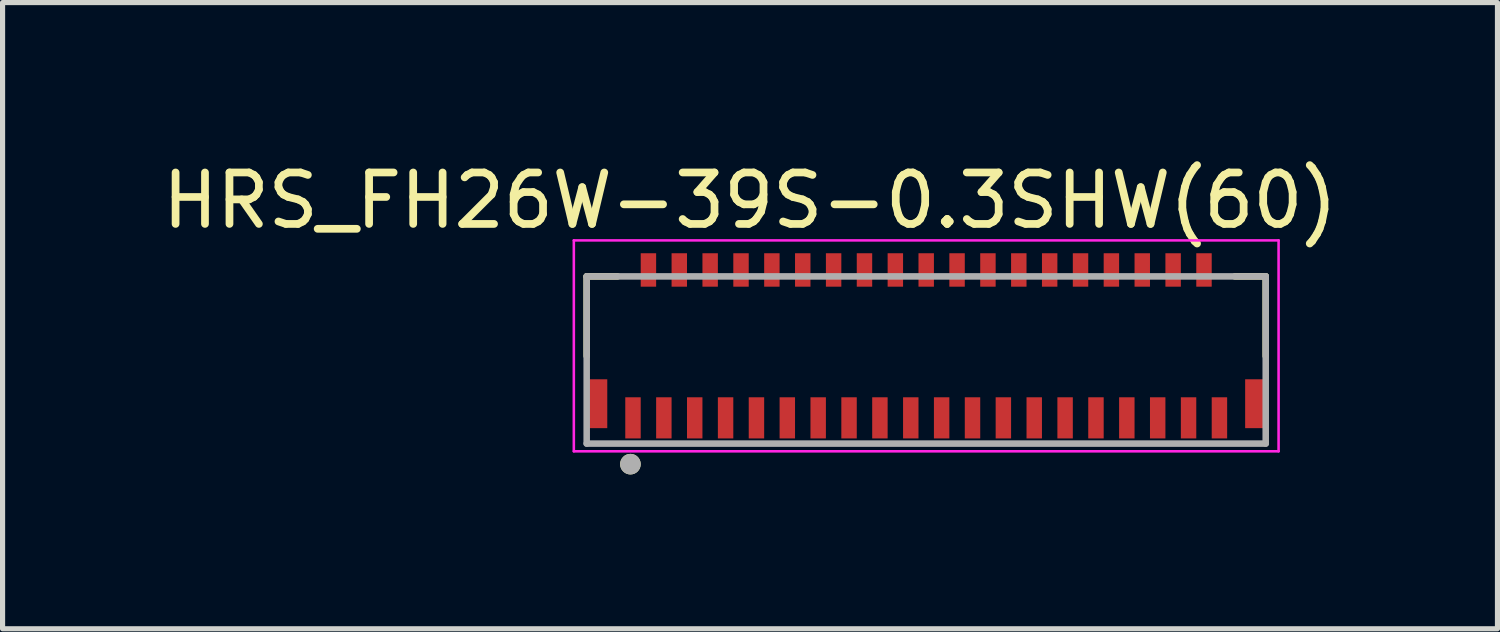
<source format=kicad_pcb>
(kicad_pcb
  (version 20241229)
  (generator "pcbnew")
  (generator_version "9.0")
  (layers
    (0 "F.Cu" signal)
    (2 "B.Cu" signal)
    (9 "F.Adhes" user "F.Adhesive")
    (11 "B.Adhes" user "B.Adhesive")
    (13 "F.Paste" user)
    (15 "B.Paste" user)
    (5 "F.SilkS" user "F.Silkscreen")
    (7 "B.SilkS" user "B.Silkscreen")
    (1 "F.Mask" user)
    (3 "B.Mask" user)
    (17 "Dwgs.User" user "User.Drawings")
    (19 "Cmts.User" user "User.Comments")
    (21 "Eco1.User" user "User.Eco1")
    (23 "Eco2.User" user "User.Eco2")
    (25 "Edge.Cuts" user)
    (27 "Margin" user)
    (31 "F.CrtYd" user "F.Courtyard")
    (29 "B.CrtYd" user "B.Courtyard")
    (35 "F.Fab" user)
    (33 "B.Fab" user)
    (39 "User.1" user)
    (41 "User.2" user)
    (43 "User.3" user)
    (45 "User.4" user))
  (footprint "HRS_FH26W-39S-0.3SHW(60)"
    (layer "F.Cu")
    (at 14.955 3.673)
    (property "Reference" "HRS_FH26W-39S-0.3SHW(60)" (at -3.425 -2.825 0) (layer "F.SilkS") (effects (font (size 1 1) (thickness 0.15))))
    (attr smd)
    (fp_line (start -6.6 -1.35) (end -6 -1.35) (stroke (width 0.127) (type solid)) (layer "F.SilkS"))
    (fp_line (start -6.6 0.2) (end -6.6 -1.35) (stroke (width 0.127) (type solid)) (layer "F.SilkS"))
    (fp_line (start 6.6 -1.35) (end 6 -1.35) (stroke (width 0.127) (type solid)) (layer "F.SilkS"))
    (fp_line (start 6.6 0.2) (end 6.6 -1.35) (stroke (width 0.127) (type solid)) (layer "F.SilkS"))
    (fp_circle (center -5.75 2.3) (end -5.65 2.3) (stroke (width 0.2) (type solid)) (fill no) (layer "F.SilkS"))
    (fp_poly (pts (xy -6.6 0.9) (xy -6.3 0.9) (xy -6.3 1.6) (xy -6.6 1.6)) (stroke (width 0.01) (type solid)) (fill yes) (layer "F.Paste"))
    (fp_poly (pts (xy -5.815 1.15) (xy -5.585 1.15) (xy -5.585 1.8) (xy -5.815 1.8)) (stroke (width 0.01) (type solid)) (fill yes) (layer "F.Paste"))
    (fp_poly (pts (xy -5.515 -1.8) (xy -5.285 -1.8) (xy -5.285 -1.25) (xy -5.515 -1.25)) (stroke (width 0.01) (type solid)) (fill yes) (layer "F.Paste"))
    (fp_poly (pts (xy -5.215 1.15) (xy -4.985 1.15) (xy -4.985 1.8) (xy -5.215 1.8)) (stroke (width 0.01) (type solid)) (fill yes) (layer "F.Paste"))
    (fp_poly (pts (xy -4.915 -1.8) (xy -4.685 -1.8) (xy -4.685 -1.25) (xy -4.915 -1.25)) (stroke (width 0.01) (type solid)) (fill yes) (layer "F.Paste"))
    (fp_poly (pts (xy -4.615 1.15) (xy -4.385 1.15) (xy -4.385 1.8) (xy -4.615 1.8)) (stroke (width 0.01) (type solid)) (fill yes) (layer "F.Paste"))
    (fp_poly (pts (xy -4.315 -1.8) (xy -4.085 -1.8) (xy -4.085 -1.25) (xy -4.315 -1.25)) (stroke (width 0.01) (type solid)) (fill yes) (layer "F.Paste"))
    (fp_poly (pts (xy -4.015 1.15) (xy -3.785 1.15) (xy -3.785 1.8) (xy -4.015 1.8)) (stroke (width 0.01) (type solid)) (fill yes) (layer "F.Paste"))
    (fp_poly (pts (xy -3.715 -1.8) (xy -3.485 -1.8) (xy -3.485 -1.25) (xy -3.715 -1.25)) (stroke (width 0.01) (type solid)) (fill yes) (layer "F.Paste"))
    (fp_poly (pts (xy -3.415 1.15) (xy -3.185 1.15) (xy -3.185 1.8) (xy -3.415 1.8)) (stroke (width 0.01) (type solid)) (fill yes) (layer "F.Paste"))
    (fp_poly (pts (xy -3.115 -1.8) (xy -2.885 -1.8) (xy -2.885 -1.25) (xy -3.115 -1.25)) (stroke (width 0.01) (type solid)) (fill yes) (layer "F.Paste"))
    (fp_poly (pts (xy -2.815 1.15) (xy -2.585 1.15) (xy -2.585 1.8) (xy -2.815 1.8)) (stroke (width 0.01) (type solid)) (fill yes) (layer "F.Paste"))
    (fp_poly (pts (xy -2.515 -1.8) (xy -2.285 -1.8) (xy -2.285 -1.25) (xy -2.515 -1.25)) (stroke (width 0.01) (type solid)) (fill yes) (layer "F.Paste"))
    (fp_poly (pts (xy -2.215 1.15) (xy -1.985 1.15) (xy -1.985 1.8) (xy -2.215 1.8)) (stroke (width 0.01) (type solid)) (fill yes) (layer "F.Paste"))
    (fp_poly (pts (xy -1.915 -1.8) (xy -1.685 -1.8) (xy -1.685 -1.25) (xy -1.915 -1.25)) (stroke (width 0.01) (type solid)) (fill yes) (layer "F.Paste"))
    (fp_poly (pts (xy -1.615 1.15) (xy -1.385 1.15) (xy -1.385 1.8) (xy -1.615 1.8)) (stroke (width 0.01) (type solid)) (fill yes) (layer "F.Paste"))
    (fp_poly (pts (xy -1.315 -1.8) (xy -1.085 -1.8) (xy -1.085 -1.25) (xy -1.315 -1.25)) (stroke (width 0.01) (type solid)) (fill yes) (layer "F.Paste"))
    (fp_poly (pts (xy -1.015 1.15) (xy -0.785 1.15) (xy -0.785 1.8) (xy -1.015 1.8)) (stroke (width 0.01) (type solid)) (fill yes) (layer "F.Paste"))
    (fp_poly (pts (xy -0.715 -1.8) (xy -0.485 -1.8) (xy -0.485 -1.25) (xy -0.715 -1.25)) (stroke (width 0.01) (type solid)) (fill yes) (layer "F.Paste"))
    (fp_poly (pts (xy -0.415 1.15) (xy -0.185 1.15) (xy -0.185 1.8) (xy -0.415 1.8)) (stroke (width 0.01) (type solid)) (fill yes) (layer "F.Paste"))
    (fp_poly (pts (xy -0.115 -1.8) (xy 0.115 -1.8) (xy 0.115 -1.25) (xy -0.115 -1.25)) (stroke (width 0.01) (type solid)) (fill yes) (layer "F.Paste"))
    (fp_poly (pts (xy 0.185 1.15) (xy 0.415 1.15) (xy 0.415 1.8) (xy 0.185 1.8)) (stroke (width 0.01) (type solid)) (fill yes) (layer "F.Paste"))
    (fp_poly (pts (xy 0.485 -1.8) (xy 0.715 -1.8) (xy 0.715 -1.25) (xy 0.485 -1.25)) (stroke (width 0.01) (type solid)) (fill yes) (layer "F.Paste"))
    (fp_poly (pts (xy 0.785 1.15) (xy 1.015 1.15) (xy 1.015 1.8) (xy 0.785 1.8)) (stroke (width 0.01) (type solid)) (fill yes) (layer "F.Paste"))
    (fp_poly (pts (xy 1.085 -1.8) (xy 1.315 -1.8) (xy 1.315 -1.25) (xy 1.085 -1.25)) (stroke (width 0.01) (type solid)) (fill yes) (layer "F.Paste"))
    (fp_poly (pts (xy 1.385 1.15) (xy 1.615 1.15) (xy 1.615 1.8) (xy 1.385 1.8)) (stroke (width 0.01) (type solid)) (fill yes) (layer "F.Paste"))
    (fp_poly (pts (xy 1.685 -1.8) (xy 1.915 -1.8) (xy 1.915 -1.25) (xy 1.685 -1.25)) (stroke (width 0.01) (type solid)) (fill yes) (layer "F.Paste"))
    (fp_poly (pts (xy 1.985 1.15) (xy 2.215 1.15) (xy 2.215 1.8) (xy 1.985 1.8)) (stroke (width 0.01) (type solid)) (fill yes) (layer "F.Paste"))
    (fp_poly (pts (xy 2.285 -1.8) (xy 2.515 -1.8) (xy 2.515 -1.25) (xy 2.285 -1.25)) (stroke (width 0.01) (type solid)) (fill yes) (layer "F.Paste"))
    (fp_poly (pts (xy 2.585 1.15) (xy 2.815 1.15) (xy 2.815 1.8) (xy 2.585 1.8)) (stroke (width 0.01) (type solid)) (fill yes) (layer "F.Paste"))
    (fp_poly (pts (xy 2.885 -1.8) (xy 3.115 -1.8) (xy 3.115 -1.25) (xy 2.885 -1.25)) (stroke (width 0.01) (type solid)) (fill yes) (layer "F.Paste"))
    (fp_poly (pts (xy 3.185 1.15) (xy 3.415 1.15) (xy 3.415 1.8) (xy 3.185 1.8)) (stroke (width 0.01) (type solid)) (fill yes) (layer "F.Paste"))
    (fp_poly (pts (xy 3.485 -1.8) (xy 3.715 -1.8) (xy 3.715 -1.25) (xy 3.485 -1.25)) (stroke (width 0.01) (type solid)) (fill yes) (layer "F.Paste"))
    (fp_poly (pts (xy 3.785 1.15) (xy 4.015 1.15) (xy 4.015 1.8) (xy 3.785 1.8)) (stroke (width 0.01) (type solid)) (fill yes) (layer "F.Paste"))
    (fp_poly (pts (xy 4.085 -1.8) (xy 4.315 -1.8) (xy 4.315 -1.25) (xy 4.085 -1.25)) (stroke (width 0.01) (type solid)) (fill yes) (layer "F.Paste"))
    (fp_poly (pts (xy 4.385 1.15) (xy 4.615 1.15) (xy 4.615 1.8) (xy 4.385 1.8)) (stroke (width 0.01) (type solid)) (fill yes) (layer "F.Paste"))
    (fp_poly (pts (xy 4.685 -1.8) (xy 4.915 -1.8) (xy 4.915 -1.25) (xy 4.685 -1.25)) (stroke (width 0.01) (type solid)) (fill yes) (layer "F.Paste"))
    (fp_poly (pts (xy 4.985 1.15) (xy 5.215 1.15) (xy 5.215 1.8) (xy 4.985 1.8)) (stroke (width 0.01) (type solid)) (fill yes) (layer "F.Paste"))
    (fp_poly (pts (xy 5.285 -1.8) (xy 5.515 -1.8) (xy 5.515 -1.25) (xy 5.285 -1.25)) (stroke (width 0.01) (type solid)) (fill yes) (layer "F.Paste"))
    (fp_poly (pts (xy 5.585 1.15) (xy 5.815 1.15) (xy 5.815 1.8) (xy 5.585 1.8)) (stroke (width 0.01) (type solid)) (fill yes) (layer "F.Paste"))
    (fp_poly (pts (xy 6.3 0.9) (xy 6.6 0.9) (xy 6.6 1.6) (xy 6.3 1.6)) (stroke (width 0.01) (type solid)) (fill yes) (layer "F.Paste"))
    (fp_line (start -6.85 -2.05) (end 6.85 -2.05) (stroke (width 0.05) (type solid)) (layer "F.CrtYd"))
    (fp_line (start -6.85 2.05) (end -6.85 -2.05) (stroke (width 0.05) (type solid)) (layer "F.CrtYd"))
    (fp_line (start 6.85 -2.05) (end 6.85 2.05) (stroke (width 0.05) (type solid)) (layer "F.CrtYd"))
    (fp_line (start 6.85 2.05) (end -6.85 2.05) (stroke (width 0.05) (type solid)) (layer "F.CrtYd"))
    (fp_line (start -6.6 -1.35) (end 6.6 -1.35) (stroke (width 0.127) (type solid)) (layer "F.Fab"))
    (fp_line (start -6.6 1.9) (end -6.6 -1.35) (stroke (width 0.127) (type solid)) (layer "F.Fab"))
    (fp_line (start 6.6 -1.35) (end 6.6 1.9) (stroke (width 0.127) (type solid)) (layer "F.Fab"))
    (fp_line (start 6.6 1.9) (end -6.6 1.9) (stroke (width 0.127) (type solid)) (layer "F.Fab"))
    (fp_circle (center -5.75 2.3) (end -5.65 2.3) (stroke (width 0.2) (type solid)) (fill no) (layer "F.Fab"))
    (pad "1" smd rect (at -5.7 1.4) (size 0.3 0.8) (layers "F.Cu" "F.Mask"))
    (pad "2" smd rect (at -5.4 -1.475) (size 0.3 0.65) (layers "F.Cu" "F.Mask"))
    (pad "3" smd rect (at -5.1 1.4) (size 0.3 0.8) (layers "F.Cu" "F.Mask"))
    (pad "4" smd rect (at -4.8 -1.475) (size 0.3 0.65) (layers "F.Cu" "F.Mask"))
    (pad "5" smd rect (at -4.5 1.4) (size 0.3 0.8) (layers "F.Cu" "F.Mask"))
    (pad "6" smd rect (at -4.2 -1.475) (size 0.3 0.65) (layers "F.Cu" "F.Mask"))
    (pad "7" smd rect (at -3.9 1.4) (size 0.3 0.8) (layers "F.Cu" "F.Mask"))
    (pad "8" smd rect (at -3.6 -1.475) (size 0.3 0.65) (layers "F.Cu" "F.Mask"))
    (pad "9" smd rect (at -3.3 1.4) (size 0.3 0.8) (layers "F.Cu" "F.Mask"))
    (pad "10" smd rect (at -3 -1.475) (size 0.3 0.65) (layers "F.Cu" "F.Mask"))
    (pad "11" smd rect (at -2.7 1.4) (size 0.3 0.8) (layers "F.Cu" "F.Mask"))
    (pad "12" smd rect (at -2.4 -1.475) (size 0.3 0.65) (layers "F.Cu" "F.Mask"))
    (pad "13" smd rect (at -2.1 1.4) (size 0.3 0.8) (layers "F.Cu" "F.Mask"))
    (pad "14" smd rect (at -1.8 -1.475) (size 0.3 0.65) (layers "F.Cu" "F.Mask"))
    (pad "15" smd rect (at -1.5 1.4) (size 0.3 0.8) (layers "F.Cu" "F.Mask"))
    (pad "16" smd rect (at -1.2 -1.475) (size 0.3 0.65) (layers "F.Cu" "F.Mask"))
    (pad "17" smd rect (at -0.9 1.4) (size 0.3 0.8) (layers "F.Cu" "F.Mask"))
    (pad "18" smd rect (at -0.6 -1.475) (size 0.3 0.65) (layers "F.Cu" "F.Mask"))
    (pad "19" smd rect (at -0.3 1.4) (size 0.3 0.8) (layers "F.Cu" "F.Mask"))
    (pad "20" smd rect (at 0 -1.475) (size 0.3 0.65) (layers "F.Cu" "F.Mask"))
    (pad "21" smd rect (at 0.3 1.4) (size 0.3 0.8) (layers "F.Cu" "F.Mask"))
    (pad "22" smd rect (at 0.6 -1.475) (size 0.3 0.65) (layers "F.Cu" "F.Mask"))
    (pad "23" smd rect (at 0.9 1.4) (size 0.3 0.8) (layers "F.Cu" "F.Mask"))
    (pad "24" smd rect (at 1.2 -1.475) (size 0.3 0.65) (layers "F.Cu" "F.Mask"))
    (pad "25" smd rect (at 1.5 1.4) (size 0.3 0.8) (layers "F.Cu" "F.Mask"))
    (pad "26" smd rect (at 1.8 -1.475) (size 0.3 0.65) (layers "F.Cu" "F.Mask"))
    (pad "27" smd rect (at 2.1 1.4) (size 0.3 0.8) (layers "F.Cu" "F.Mask"))
    (pad "28" smd rect (at 2.4 -1.475) (size 0.3 0.65) (layers "F.Cu" "F.Mask"))
    (pad "29" smd rect (at 2.7 1.4) (size 0.3 0.8) (layers "F.Cu" "F.Mask"))
    (pad "30" smd rect (at 3 -1.475) (size 0.3 0.65) (layers "F.Cu" "F.Mask"))
    (pad "31" smd rect (at 3.3 1.4) (size 0.3 0.8) (layers "F.Cu" "F.Mask"))
    (pad "32" smd rect (at 3.6 -1.475) (size 0.3 0.65) (layers "F.Cu" "F.Mask"))
    (pad "33" smd rect (at 3.9 1.4) (size 0.3 0.8) (layers "F.Cu" "F.Mask"))
    (pad "34" smd rect (at 4.2 -1.475) (size 0.3 0.65) (layers "F.Cu" "F.Mask"))
    (pad "35" smd rect (at 4.5 1.4) (size 0.3 0.8) (layers "F.Cu" "F.Mask"))
    (pad "36" smd rect (at 4.8 -1.475) (size 0.3 0.65) (layers "F.Cu" "F.Mask"))
    (pad "37" smd rect (at 5.1 1.4) (size 0.3 0.8) (layers "F.Cu" "F.Mask"))
    (pad "38" smd rect (at 5.4 -1.475) (size 0.3 0.65) (layers "F.Cu" "F.Mask"))
    (pad "39" smd rect (at 5.7 1.4) (size 0.3 0.8) (layers "F.Cu" "F.Mask"))
    (pad "S1" smd rect (at -6.4 1.125) (size 0.4 0.95) (layers "F.Cu" "F.Mask"))
    (pad "S2" smd rect (at 6.4 1.125) (size 0.4 0.95) (layers "F.Cu" "F.Mask")))
  (gr_rect
    (start -3 -3)
    (end 26.06 9.173)
    (stroke (width 0.1) (type default))
    (fill no)
    (layer "Edge.Cuts")))
</source>
